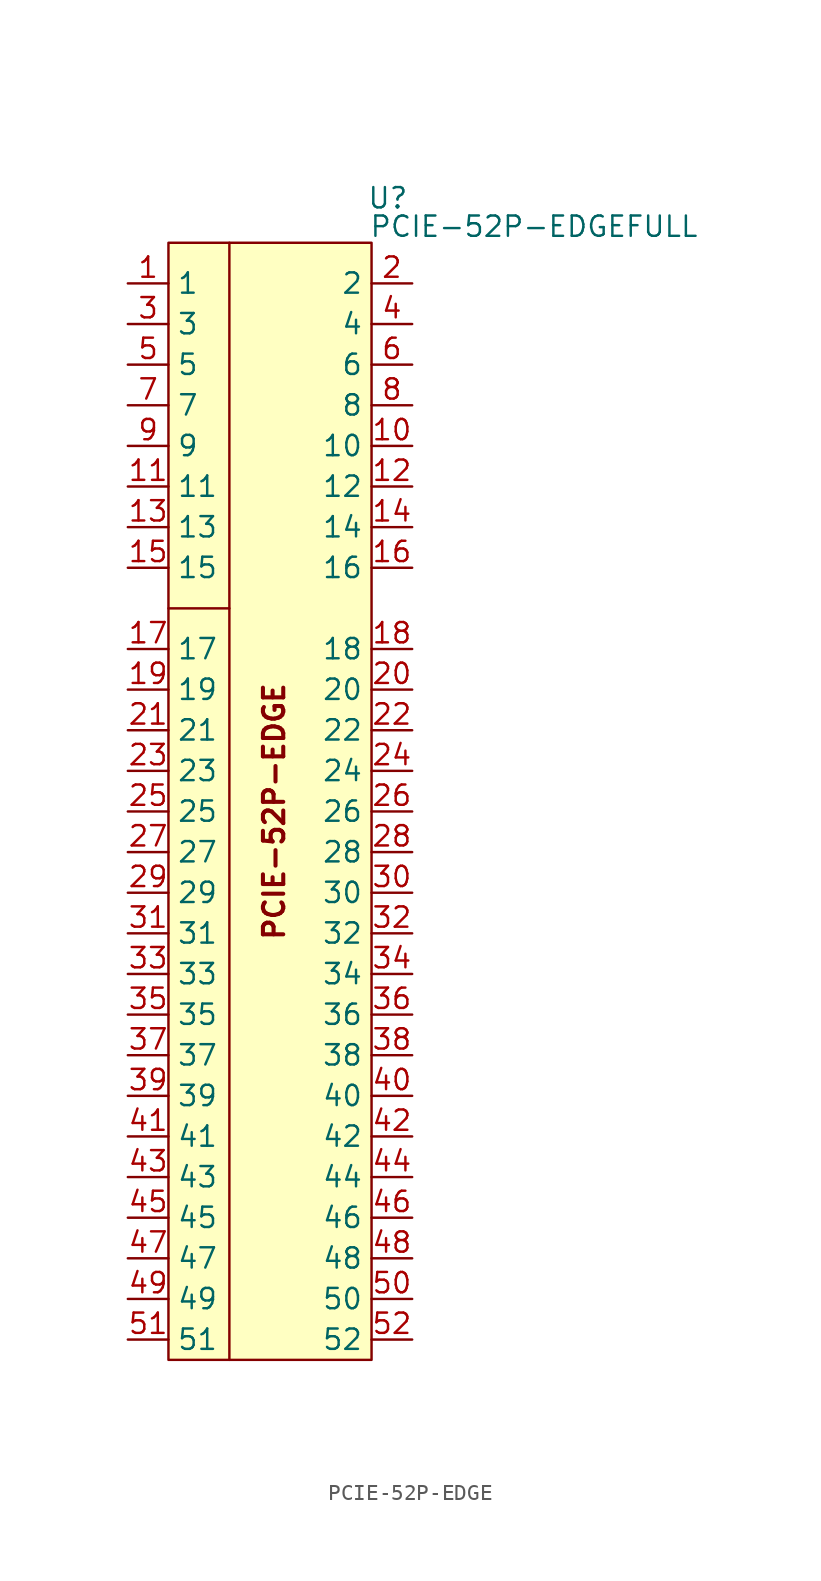
<source format=kicad_sym>
(kicad_symbol_lib
  (version 20241209)
  (generator "kicad_symbol_editor")
  (generator_version "9.0")
  (symbol "PCIE-52P-EDGE"
    (property "Reference" "U"
      (at 7.366 72.644 0)
      (effects (font (size 1.27 1.27))))
    (property "Value" "PCIE-52P-EDGEFULL"
      (at 16.51 70.866 0)
      (effects (font (size 1.27 1.27))))
    (symbol "PCIE-52P-EDGE_0_0"
      (pin bidirectional line (at -8.89 67.31 0) (length 2.54) (name "1" (effects (font (size 1.27 1.27)))) (number "1" (effects (font (size 1.27 1.27)))))
      (pin bidirectional line (at -8.89 64.77 0) (length 2.54) (name "3" (effects (font (size 1.27 1.27)))) (number "3" (effects (font (size 1.27 1.27)))))
      (pin bidirectional line (at -8.89 62.23 0) (length 2.54) (name "5" (effects (font (size 1.27 1.27)))) (number "5" (effects (font (size 1.27 1.27)))))
      (pin bidirectional line (at -8.89 59.69 0) (length 2.54) (name "7" (effects (font (size 1.27 1.27)))) (number "7" (effects (font (size 1.27 1.27)))))
      (pin bidirectional line (at -8.89 57.15 0) (length 2.54) (name "9" (effects (font (size 1.27 1.27)))) (number "9" (effects (font (size 1.27 1.27)))))
      (pin bidirectional line (at -8.89 54.61 0) (length 2.54) (name "11" (effects (font (size 1.27 1.27)))) (number "11" (effects (font (size 1.27 1.27)))))
      (pin bidirectional line (at -8.89 52.07 0) (length 2.54) (name "13" (effects (font (size 1.27 1.27)))) (number "13" (effects (font (size 1.27 1.27)))))
      (pin bidirectional line (at -8.89 49.53 0) (length 2.54) (name "15" (effects (font (size 1.27 1.27)))) (number "15" (effects (font (size 1.27 1.27)))))
      (pin bidirectional line (at -8.89 44.45 0) (length 2.54) (name "17" (effects (font (size 1.27 1.27)))) (number "17" (effects (font (size 1.27 1.27)))))
      (pin bidirectional line (at -8.89 41.91 0) (length 2.54) (name "19" (effects (font (size 1.27 1.27)))) (number "19" (effects (font (size 1.27 1.27)))))
      (pin bidirectional line (at -8.89 39.37 0) (length 2.54) (name "21" (effects (font (size 1.27 1.27)))) (number "21" (effects (font (size 1.27 1.27)))))
      (pin bidirectional line (at -8.89 36.83 0) (length 2.54) (name "23" (effects (font (size 1.27 1.27)))) (number "23" (effects (font (size 1.27 1.27)))))
      (pin bidirectional line (at -8.89 34.29 0) (length 2.54) (name "25" (effects (font (size 1.27 1.27)))) (number "25" (effects (font (size 1.27 1.27)))))
      (pin bidirectional line (at -8.89 31.75 0) (length 2.54) (name "27" (effects (font (size 1.27 1.27)))) (number "27" (effects (font (size 1.27 1.27)))))
      (pin bidirectional line (at -8.89 29.21 0) (length 2.54) (name "29" (effects (font (size 1.27 1.27)))) (number "29" (effects (font (size 1.27 1.27)))))
      (pin bidirectional line (at -8.89 26.67 0) (length 2.54) (name "31" (effects (font (size 1.27 1.27)))) (number "31" (effects (font (size 1.27 1.27)))))
      (pin bidirectional line (at -8.89 24.13 0) (length 2.54) (name "33" (effects (font (size 1.27 1.27)))) (number "33" (effects (font (size 1.27 1.27)))))
      (pin bidirectional line (at -8.89 21.59 0) (length 2.54) (name "35" (effects (font (size 1.27 1.27)))) (number "35" (effects (font (size 1.27 1.27)))))
      (pin bidirectional line (at -8.89 19.05 0) (length 2.54) (name "37" (effects (font (size 1.27 1.27)))) (number "37" (effects (font (size 1.27 1.27)))))
      (pin bidirectional line (at -8.89 16.51 0) (length 2.54) (name "39" (effects (font (size 1.27 1.27)))) (number "39" (effects (font (size 1.27 1.27)))))
      (pin bidirectional line (at -8.89 13.97 0) (length 2.54) (name "41" (effects (font (size 1.27 1.27)))) (number "41" (effects (font (size 1.27 1.27)))))
      (pin bidirectional line (at -8.89 11.43 0) (length 2.54) (name "43" (effects (font (size 1.27 1.27)))) (number "43" (effects (font (size 1.27 1.27)))))
      (pin bidirectional line (at -8.89 8.89 0) (length 2.54) (name "45" (effects (font (size 1.27 1.27)))) (number "45" (effects (font (size 1.27 1.27)))))
      (pin bidirectional line (at -8.89 6.35 0) (length 2.54) (name "47" (effects (font (size 1.27 1.27)))) (number "47" (effects (font (size 1.27 1.27)))))
      (pin bidirectional line (at -8.89 3.81 0) (length 2.54) (name "49" (effects (font (size 1.27 1.27)))) (number "49" (effects (font (size 1.27 1.27)))))
      (pin bidirectional line (at -8.89 1.27 0) (length 2.54) (name "51" (effects (font (size 1.27 1.27)))) (number "51" (effects (font (size 1.27 1.27)))))
      (pin bidirectional line (at 8.89 67.31 180) (length 2.54) (name "2" (effects (font (size 1.27 1.27)))) (number "2" (effects (font (size 1.27 1.27)))))
      (pin bidirectional line (at 8.89 64.77 180) (length 2.54) (name "4" (effects (font (size 1.27 1.27)))) (number "4" (effects (font (size 1.27 1.27)))))
      (pin bidirectional line (at 8.89 62.23 180) (length 2.54) (name "6" (effects (font (size 1.27 1.27)))) (number "6" (effects (font (size 1.27 1.27)))))
      (pin bidirectional line (at 8.89 59.69 180) (length 2.54) (name "8" (effects (font (size 1.27 1.27)))) (number "8" (effects (font (size 1.27 1.27)))))
      (pin bidirectional line (at 8.89 57.15 180) (length 2.54) (name "10" (effects (font (size 1.27 1.27)))) (number "10" (effects (font (size 1.27 1.27)))))
      (pin bidirectional line (at 8.89 54.61 180) (length 2.54) (name "12" (effects (font (size 1.27 1.27)))) (number "12" (effects (font (size 1.27 1.27)))))
      (pin bidirectional line (at 8.89 52.07 180) (length 2.54) (name "14" (effects (font (size 1.27 1.27)))) (number "14" (effects (font (size 1.27 1.27)))))
      (pin bidirectional line (at 8.89 49.53 180) (length 2.54) (name "16" (effects (font (size 1.27 1.27)))) (number "16" (effects (font (size 1.27 1.27)))))
      (pin bidirectional line (at 8.89 44.45 180) (length 2.54) (name "18" (effects (font (size 1.27 1.27)))) (number "18" (effects (font (size 1.27 1.27)))))
      (pin bidirectional line (at 8.89 41.91 180) (length 2.54) (name "20" (effects (font (size 1.27 1.27)))) (number "20" (effects (font (size 1.27 1.27)))))
      (pin bidirectional line (at 8.89 39.37 180) (length 2.54) (name "22" (effects (font (size 1.27 1.27)))) (number "22" (effects (font (size 1.27 1.27)))))
      (pin bidirectional line (at 8.89 36.83 180) (length 2.54) (name "24" (effects (font (size 1.27 1.27)))) (number "24" (effects (font (size 1.27 1.27)))))
      (pin bidirectional line (at 8.89 34.29 180) (length 2.54) (name "26" (effects (font (size 1.27 1.27)))) (number "26" (effects (font (size 1.27 1.27)))))
      (pin bidirectional line (at 8.89 31.75 180) (length 2.54) (name "28" (effects (font (size 1.27 1.27)))) (number "28" (effects (font (size 1.27 1.27)))))
      (pin bidirectional line (at 8.89 29.21 180) (length 2.54) (name "30" (effects (font (size 1.27 1.27)))) (number "30" (effects (font (size 1.27 1.27)))))
      (pin bidirectional line (at 8.89 26.67 180) (length 2.54) (name "32" (effects (font (size 1.27 1.27)))) (number "32" (effects (font (size 1.27 1.27)))))
      (pin bidirectional line (at 8.89 24.13 180) (length 2.54) (name "34" (effects (font (size 1.27 1.27)))) (number "34" (effects (font (size 1.27 1.27)))))
      (pin bidirectional line (at 8.89 21.59 180) (length 2.54) (name "36" (effects (font (size 1.27 1.27)))) (number "36" (effects (font (size 1.27 1.27)))))
      (pin bidirectional line (at 8.89 19.05 180) (length 2.54) (name "38" (effects (font (size 1.27 1.27)))) (number "38" (effects (font (size 1.27 1.27)))))
      (pin bidirectional line (at 8.89 16.51 180) (length 2.54) (name "40" (effects (font (size 1.27 1.27)))) (number "40" (effects (font (size 1.27 1.27)))))
      (pin bidirectional line (at 8.89 13.97 180) (length 2.54) (name "42" (effects (font (size 1.27 1.27)))) (number "42" (effects (font (size 1.27 1.27)))))
      (pin bidirectional line (at 8.89 11.43 180) (length 2.54) (name "44" (effects (font (size 1.27 1.27)))) (number "44" (effects (font (size 1.27 1.27)))))
      (pin bidirectional line (at 8.89 8.89 180) (length 2.54) (name "46" (effects (font (size 1.27 1.27)))) (number "46" (effects (font (size 1.27 1.27)))))
      (pin bidirectional line (at 8.89 6.35 180) (length 2.54) (name "48" (effects (font (size 1.27 1.27)))) (number "48" (effects (font (size 1.27 1.27)))))
      (pin bidirectional line (at 8.89 3.81 180) (length 2.54) (name "50" (effects (font (size 1.27 1.27)))) (number "50" (effects (font (size 1.27 1.27)))))
      (pin bidirectional line (at 8.89 1.27 180) (length 2.54) (name "52" (effects (font (size 1.27 1.27)))) (number "52" (effects (font (size 1.27 1.27))))))
    (symbol "PCIE-52P-EDGE_0_1"
      (polyline (pts (xy -2.54 46.99) (xy -6.35 46.99)) (stroke (width 0) (type default)) (fill (type none)))
      (polyline (pts (xy -2.54 0) (xy -2.54 69.85)) (stroke (width 0) (type default)) (fill (type none))))
    (symbol "PCIE-52P-EDGE_1_1"
      (rectangle (start -6.35 69.85) (end 6.35 0) (stroke (width 0) (type solid)) (fill (type background)))
      (text "PCIE-52P-EDGE\n" (at 0.254 34.29 900) (effects (font (size 1.27 1.27) (thickness 0.254) (bold yes)))))))
</source>
